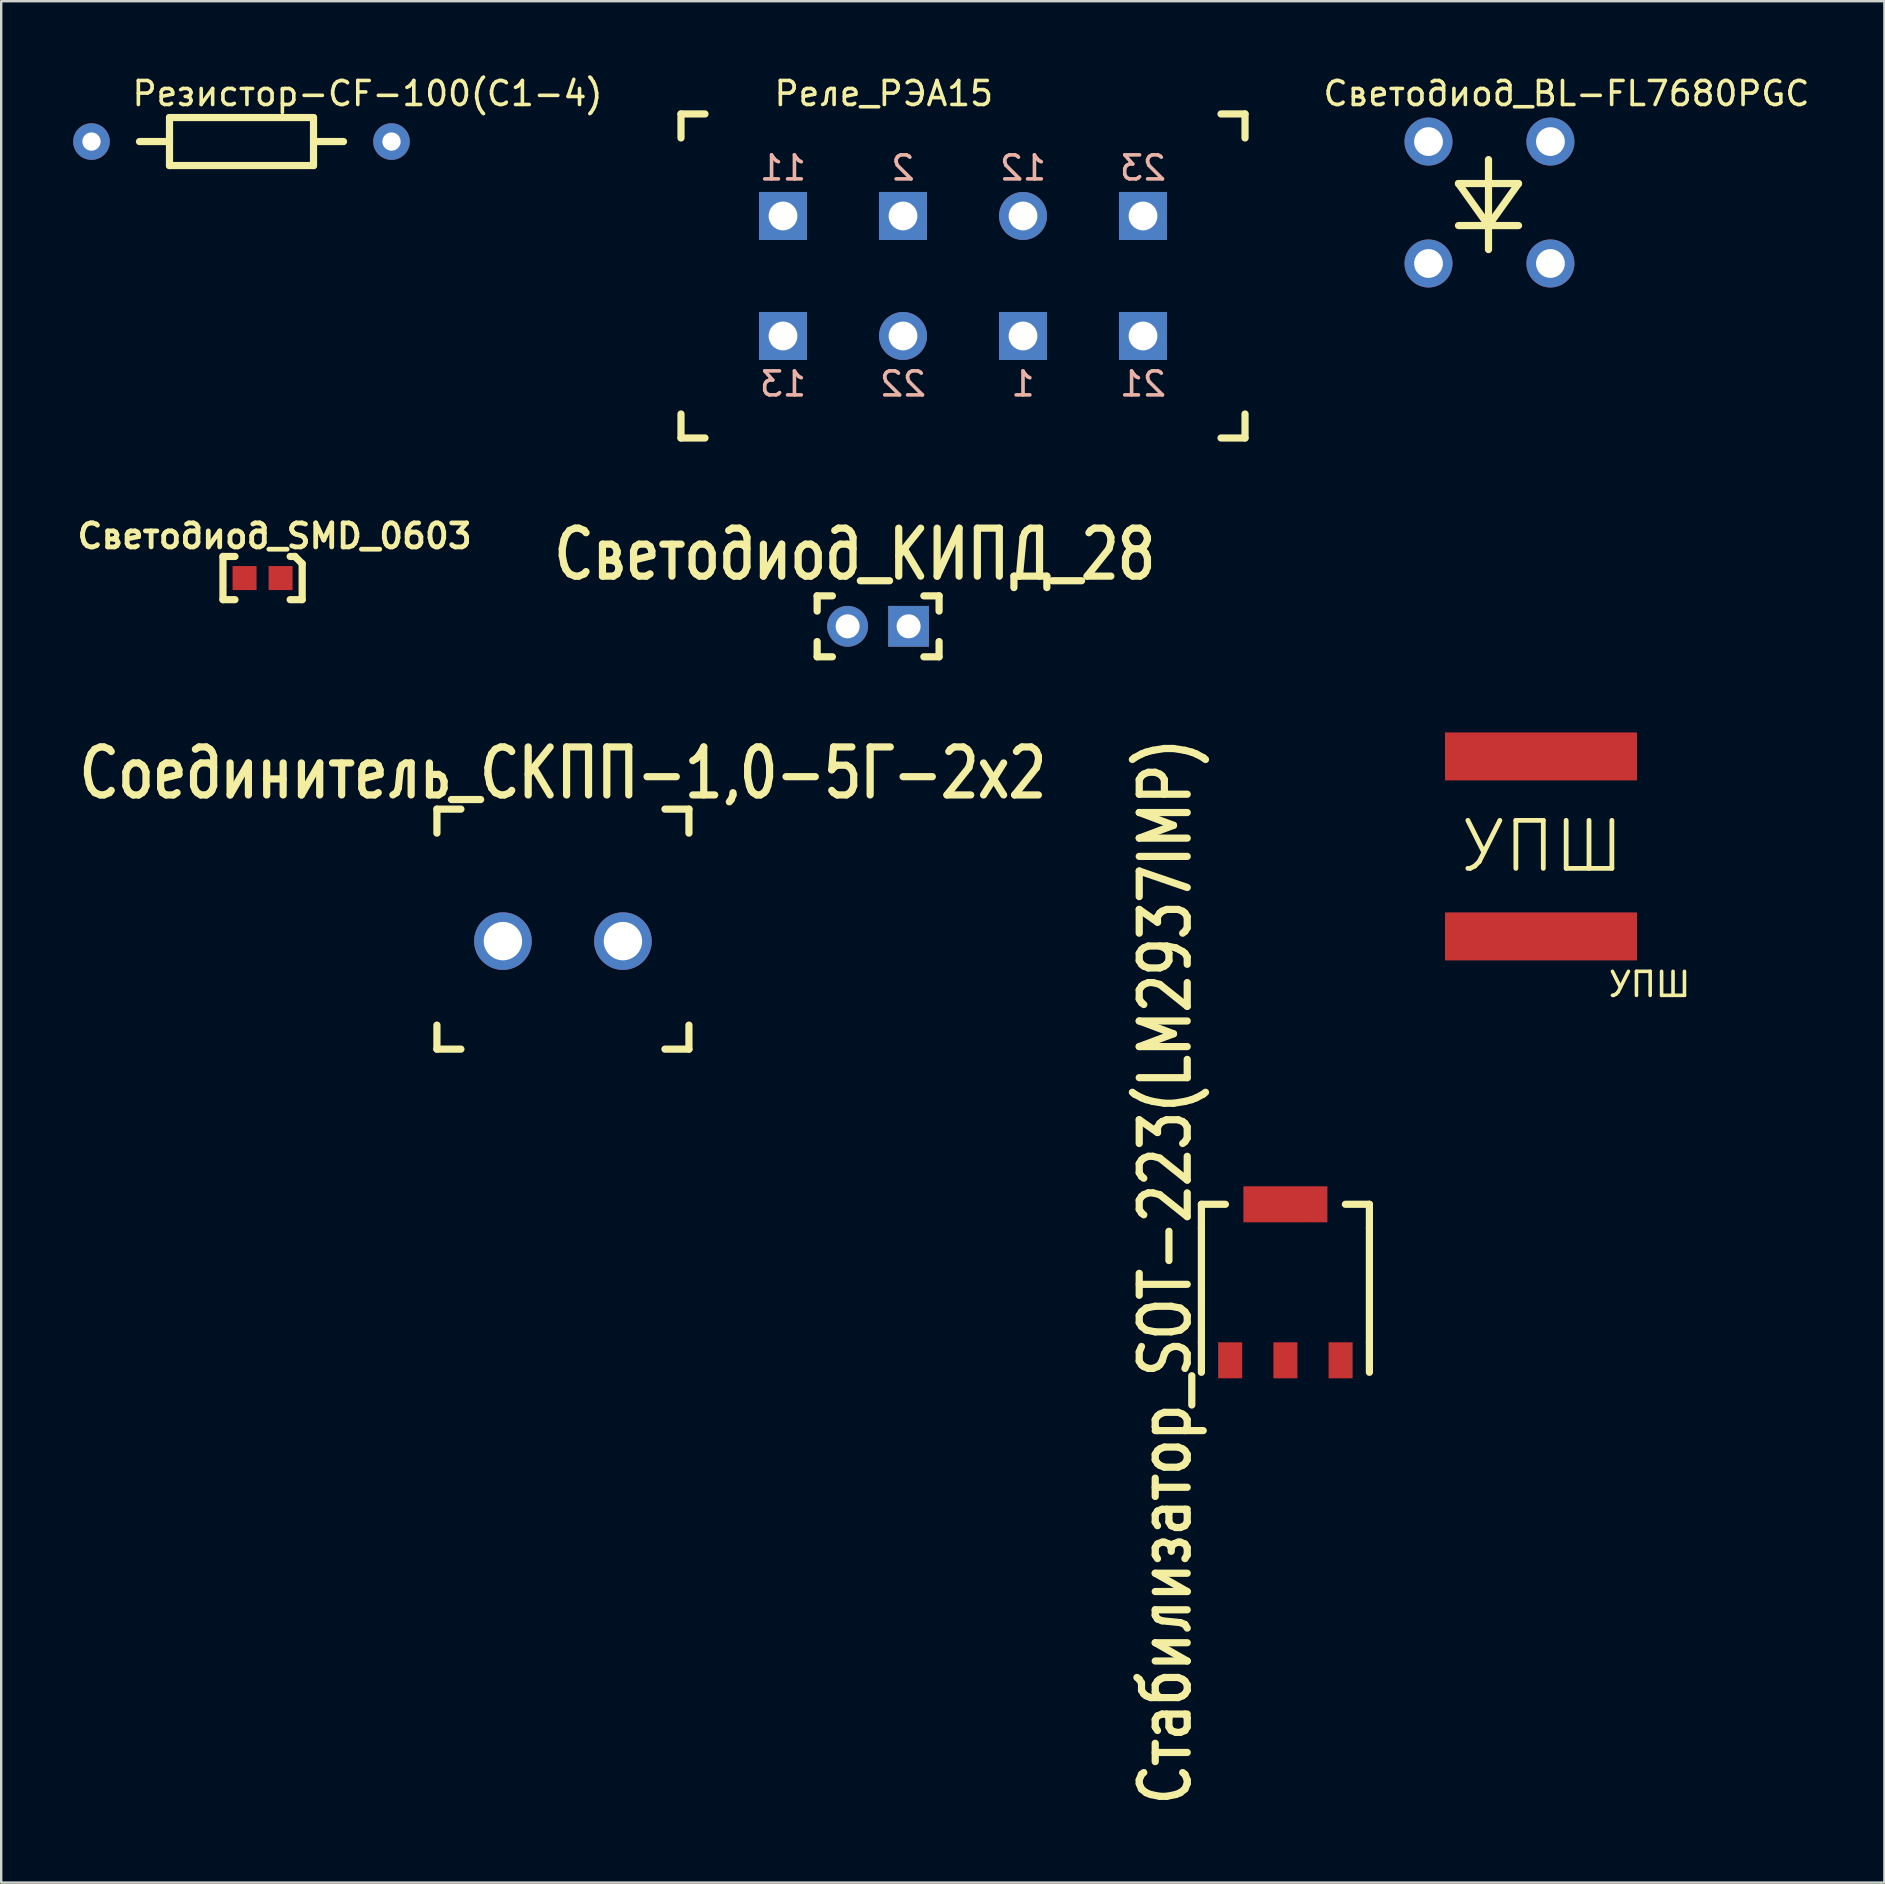
<source format=kicad_pcb>
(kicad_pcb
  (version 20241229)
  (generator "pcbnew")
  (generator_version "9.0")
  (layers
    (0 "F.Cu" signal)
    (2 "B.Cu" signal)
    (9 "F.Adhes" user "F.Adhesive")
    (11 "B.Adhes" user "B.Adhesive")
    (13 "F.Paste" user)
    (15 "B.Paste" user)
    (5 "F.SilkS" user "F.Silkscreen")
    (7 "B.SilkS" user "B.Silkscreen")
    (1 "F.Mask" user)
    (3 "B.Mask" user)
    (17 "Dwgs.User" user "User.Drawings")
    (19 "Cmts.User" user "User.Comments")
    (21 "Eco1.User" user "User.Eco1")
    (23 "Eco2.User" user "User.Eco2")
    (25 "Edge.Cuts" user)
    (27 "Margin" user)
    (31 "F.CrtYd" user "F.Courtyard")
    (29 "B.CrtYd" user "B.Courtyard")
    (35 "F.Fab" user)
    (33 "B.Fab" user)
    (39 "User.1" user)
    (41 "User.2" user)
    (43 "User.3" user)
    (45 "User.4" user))
  (footprint "Светодиод_BL-FL7680PGC"
    (layer "F.Cu")
    (at 56.467 2.848)
    (property "Reference" "Светодиод_BL-FL7680PGC" (at 5.75 -2 0) (layer "F.SilkS") (effects (font (size 1 1) (thickness 0.15))))
    (attr through_hole)
    (fp_line (start 1.25 1.75) (end 2.5 3.5) (stroke (width 0.3) (type solid)) (layer "F.SilkS"))
    (fp_line (start 2.5 3.5) (end 3.75 1.75) (stroke (width 0.3) (type solid)) (layer "F.SilkS"))
    (fp_line (start 2.5 4.5) (end 2.5 0.75) (stroke (width 0.3) (type solid)) (layer "F.SilkS"))
    (fp_line (start 3.75 1.75) (end 1.25 1.75) (stroke (width 0.3) (type solid)) (layer "F.SilkS"))
    (fp_line (start 3.75 3.5) (end 1.25 3.5) (stroke (width 0.3) (type solid)) (layer "F.SilkS"))
    (pad "1" thru_hole circle (at 0 0) (size 2 2) (drill 1.2) (layers "*.Cu" "*.Mask"))
    (pad "1" thru_hole circle (at 5.08 0) (size 2 2) (drill 1.2) (layers "*.Cu" "*.Mask"))
    (pad "2" thru_hole circle (at 0 5.08) (size 2 2) (drill 1.2) (layers "*.Cu" "*.Mask"))
    (pad "2" thru_hole circle (at 5.08 5.08) (size 2 2) (drill 1.2) (layers "*.Cu" "*.Mask")))
  (footprint "Реле_РЭА15"
    (layer "F.Cu")
    (at 29.573 5.948)
    (property "Reference" "Реле_РЭА15" (at 4.2 -5.1 0) (layer "F.SilkS") (effects (font (size 1 1) (thickness 0.15))))
    (attr through_hole)
    (fp_line (start -4.25 -4.25) (end -4.25 -3.25) (stroke (width 0.3) (type solid)) (layer "F.SilkS"))
    (fp_line (start -4.25 -4.25) (end -3.25 -4.25) (stroke (width 0.3) (type solid)) (layer "F.SilkS"))
    (fp_line (start -4.25 9.25) (end -4.25 8.25) (stroke (width 0.3) (type solid)) (layer "F.SilkS"))
    (fp_line (start -4.25 9.25) (end -3.25 9.25) (stroke (width 0.3) (type solid)) (layer "F.SilkS"))
    (fp_line (start 19.25 -4.25) (end 18.25 -4.25) (stroke (width 0.3) (type solid)) (layer "F.SilkS"))
    (fp_line (start 19.25 -4.25) (end 19.25 -3.25) (stroke (width 0.3) (type solid)) (layer "F.SilkS"))
    (fp_line (start 19.25 9.25) (end 18.25 9.25) (stroke (width 0.3) (type solid)) (layer "F.SilkS"))
    (fp_line (start 19.25 9.25) (end 19.25 8.25) (stroke (width 0.3) (type solid)) (layer "F.SilkS"))
    (fp_text user "1" (at 10 7 0) (layer "B.SilkS") (effects (font (size 1 1) (thickness 0.15)) (justify mirror)))
    (fp_text user "13" (at 0 7 0) (layer "B.SilkS") (effects (font (size 1 1) (thickness 0.15)) (justify mirror)))
    (fp_text user "2" (at 5 -2 0) (layer "B.SilkS") (effects (font (size 1 1) (thickness 0.15)) (justify mirror)))
    (fp_text user "21" (at 15 7 0) (layer "B.SilkS") (effects (font (size 1 1) (thickness 0.15)) (justify mirror)))
    (fp_text user "12" (at 10 -2 0) (layer "B.SilkS") (effects (font (size 1 1) (thickness 0.15)) (justify mirror)))
    (fp_text user "23" (at 15 -2 0) (layer "B.SilkS") (effects (font (size 1 1) (thickness 0.15)) (justify mirror)))
    (fp_text user "22" (at 5 7 0) (layer "B.SilkS") (effects (font (size 1 1) (thickness 0.15)) (justify mirror)))
    (fp_text user "11" (at 0 -2 0) (layer "B.SilkS") (effects (font (size 1 1) (thickness 0.15)) (justify mirror)))
    (pad "1" thru_hole rect (at 10 5) (size 2 2) (drill 1.2) (layers "*.Cu" "*.Mask"))
    (pad "2" thru_hole rect (at 5 0) (size 2 2) (drill 1.2) (layers "*.Cu" "*.Mask"))
    (pad "11" thru_hole rect (at 0 0) (size 2 2) (drill 1.2) (layers "*.Cu" "*.Mask"))
    (pad "12" thru_hole circle (at 10 0) (size 2 2) (drill 1.2) (layers "*.Cu" "*.Mask"))
    (pad "13" thru_hole rect (at 0 5) (size 2 2) (drill 1.2) (layers "*.Cu" "*.Mask"))
    (pad "21" thru_hole rect (at 15 5) (size 2 2) (drill 1.2) (layers "*.Cu" "*.Mask"))
    (pad "22" thru_hole circle (at 5 5) (size 2 2) (drill 1.2) (layers "*.Cu" "*.Mask"))
    (pad "23" thru_hole rect (at 15 0) (size 2 2) (drill 1.2) (layers "*.Cu" "*.Mask")))
  (footprint "Светодиод_КИПД_28"
    (layer "F.Cu")
    (at 32.266 23.045)
    (property "Reference" "Светодиод_КИПД_28" (at 0.3 -3 0) (layer "F.SilkS") (effects (font (size 2 1.6) (thickness 0.3))))
    (attr through_hole)
    (fp_line (start -1.27 -1.27) (end -0.635 -1.27) (stroke (width 0.3) (type solid)) (layer "F.SilkS"))
    (fp_line (start -1.27 -0.635) (end -1.27 -1.27) (stroke (width 0.3) (type solid)) (layer "F.SilkS"))
    (fp_line (start -1.27 0.635) (end -1.27 1.27) (stroke (width 0.3) (type solid)) (layer "F.SilkS"))
    (fp_line (start -1.27 1.27) (end -0.635 1.27) (stroke (width 0.3) (type solid)) (layer "F.SilkS"))
    (fp_line (start 3.175 -1.27) (end 3.81 -1.27) (stroke (width 0.3) (type solid)) (layer "F.SilkS"))
    (fp_line (start 3.175 1.27) (end 3.81 1.27) (stroke (width 0.3) (type solid)) (layer "F.SilkS"))
    (fp_line (start 3.81 -1.27) (end 3.81 -0.635) (stroke (width 0.3) (type solid)) (layer "F.SilkS"))
    (fp_line (start 3.81 1.27) (end 3.81 0.635) (stroke (width 0.3) (type solid)) (layer "F.SilkS"))
    (pad "1" thru_hole circle (at 0 0) (size 1.7 1.7) (drill 1) (layers "*.Cu" "*.Mask"))
    (pad "2" thru_hole rect (at 2.54 0) (size 1.7 1.7) (drill 1) (layers "*.Cu" "*.Mask")))
  (footprint "Соединитель_СКПП-1,0-5Г-2х2"
    (layer "F.Cu")
    (at 17.904 36.161)
    (property "Reference" "Соединитель_СКПП-1,0-5Г-2х2" (at 2.5 -7 180) (layer "F.SilkS") (effects (font (size 2 1.6) (thickness 0.3))))
    (attr through_hole)
    (fp_line (start -2.75 -5.5) (end -2.75 -4.5) (stroke (width 0.3) (type solid)) (layer "F.SilkS"))
    (fp_line (start -2.75 3.5) (end -2.75 4.5) (stroke (width 0.3) (type solid)) (layer "F.SilkS"))
    (fp_line (start -2.75 4.5) (end -1.75 4.5) (stroke (width 0.3) (type solid)) (layer "F.SilkS"))
    (fp_line (start -1.75 -5.5) (end -2.75 -5.5) (stroke (width 0.3) (type solid)) (layer "F.SilkS"))
    (fp_line (start 6.75 -5.5) (end 7.75 -5.5) (stroke (width 0.3) (type solid)) (layer "F.SilkS"))
    (fp_line (start 6.75 4.5) (end 7.75 4.5) (stroke (width 0.3) (type solid)) (layer "F.SilkS"))
    (fp_line (start 7.75 -5.5) (end 7.75 -4.5) (stroke (width 0.3) (type solid)) (layer "F.SilkS"))
    (fp_line (start 7.75 4.5) (end 7.75 3.5) (stroke (width 0.3) (type solid)) (layer "F.SilkS"))
    (pad "1" thru_hole circle (at 0 0) (size 2.4 2.4) (drill 1.6) (layers "*.Cu" "*.Paste" "*.Mask"))
    (pad "2" thru_hole circle (at 5 0) (size 2.4 2.4) (drill 1.6) (layers "*.Cu" "*.Paste" "*.Mask")))
  (footprint "УПШ"
    (layer "F.Cu")
    (at 61.265 28.575)
    (property "Reference" "УПШ" (at 4.39 9.39 0) (layer "F.SilkS") (effects (font (size 1 1) (thickness 0.15))))
    (attr through_hole)
    (fp_text user "УПШ" (at -0.11 3.64 0) (layer "F.SilkS") (effects (font (size 2 2) (thickness 0.2))))
    (pad "1" smd rect (at -0.11 -0.11) (size 8 2) (layers "F.Cu" "F.Mask" "F.Paste"))
    (pad "2" smd rect (at -0.11 7.39) (size 8 2) (layers "F.Cu" "F.Mask" "F.Paste")))
  (footprint "Светодиод_SMD_0603"
    (layer "F.Cu")
    (at 7.14 21.034)
    (property "Reference" "Светодиод_SMD_0603" (at 1.25 -1.75 0) (layer "F.SilkS") (effects (font (size 1 1) (thickness 0.2))))
    (attr through_hole)
    (fp_line (start -0.9 -0.9) (end -0.9 0.9) (stroke (width 0.3) (type solid)) (layer "F.SilkS"))
    (fp_line (start -0.9 -0.9) (end -0.4 -0.9) (stroke (width 0.3) (type solid)) (layer "F.SilkS"))
    (fp_line (start -0.9 0.9) (end -0.4 0.9) (stroke (width 0.3) (type solid)) (layer "F.SilkS"))
    (fp_line (start 1.9 -0.9) (end 2.1 -0.9) (stroke (width 0.3) (type solid)) (layer "F.SilkS"))
    (fp_line (start 2.1 -0.9) (end 2.4 -0.6) (stroke (width 0.3) (type solid)) (layer "F.SilkS"))
    (fp_line (start 2.4 0.9) (end 1.9 0.9) (stroke (width 0.3) (type solid)) (layer "F.SilkS"))
    (fp_line (start 2.4 0.9) (end 2.4 -0.6) (stroke (width 0.3) (type solid)) (layer "F.SilkS"))
    (pad "1" smd rect (at 0 0) (size 1 1) (layers "F.Cu" "F.Mask" "F.Paste"))
    (pad "2" smd rect (at 1.5 0) (size 1 1) (layers "F.Cu" "F.Mask" "F.Paste")))
  (footprint "Резистор-CF-100(C1-4)"
    (layer "F.Cu")
    (at 0.762 2.848)
    (property "Reference" "Резистор-CF-100(C1-4)" (at 11.5 -2 0) (layer "F.SilkS") (effects (font (size 1 1) (thickness 0.15))))
    (attr through_hole)
    (fp_line (start 3.25 -1) (end 9.25 -1) (stroke (width 0.3) (type solid)) (layer "F.SilkS"))
    (fp_line (start 3.25 0) (end 2 0) (stroke (width 0.3) (type solid)) (layer "F.SilkS"))
    (fp_line (start 3.25 1) (end 3.25 -1) (stroke (width 0.3) (type solid)) (layer "F.SilkS"))
    (fp_line (start 9.25 -1) (end 9.25 1) (stroke (width 0.3) (type solid)) (layer "F.SilkS"))
    (fp_line (start 9.25 0) (end 10.5 0) (stroke (width 0.3) (type solid)) (layer "F.SilkS"))
    (fp_line (start 9.25 1) (end 3.25 1) (stroke (width 0.3) (type solid)) (layer "F.SilkS"))
    (pad "1" thru_hole circle (at 0 0) (size 1.524 1.524) (drill 0.762) (layers "*.Cu" "*.Mask"))
    (pad "2" thru_hole circle (at 12.5 0) (size 1.524 1.524) (drill 0.762) (layers "*.Cu" "*.Mask")))
  (footprint "Стабилизатор_SOT-223(LM2937IMP)"
    (layer "F.Cu")
    (at 50.505 47.126)
    (property "Reference" "Стабилизатор_SOT-223(LM2937IMP)" (at -5 2.8 90) (layer "F.SilkS") (effects (font (size 2 1.6) (thickness 0.3))))
    (attr through_hole)
    (fp_line (start -3.5 0) (end -3.5 1) (stroke (width 0.3) (type solid)) (layer "F.SilkS"))
    (fp_line (start -3.5 1) (end -3.5 5.75) (stroke (width 0.3) (type solid)) (layer "F.SilkS"))
    (fp_line (start -3.5 5.75) (end -3.5 7) (stroke (width 0.3) (type solid)) (layer "F.SilkS"))
    (fp_line (start -2.5 0) (end -3.5 0) (stroke (width 0.3) (type solid)) (layer "F.SilkS"))
    (fp_line (start 2.5 0) (end 3.5 0) (stroke (width 0.3) (type solid)) (layer "F.SilkS"))
    (fp_line (start 3.5 0) (end 3.5 1) (stroke (width 0.3) (type solid)) (layer "F.SilkS"))
    (fp_line (start 3.5 5.75) (end 3.5 1) (stroke (width 0.3) (type solid)) (layer "F.SilkS"))
    (fp_line (start 3.5 5.75) (end 3.5 7) (stroke (width 0.3) (type solid)) (layer "F.SilkS"))
    (pad "1" smd rect (at -2.3 6.5) (size 1 1.5) (layers "F.Cu" "F.Mask" "F.Paste"))
    (pad "2" smd rect (at 0 6.5) (size 1 1.5) (layers "F.Cu" "F.Mask" "F.Paste"))
    (pad "3" smd rect (at 2.3 6.5) (size 1 1.5) (layers "F.Cu" "F.Mask" "F.Paste"))
    (pad "4" smd rect (at 0 0) (size 3.5 1.5) (layers "F.Cu" "F.Mask" "F.Paste")))
  (gr_rect
    (start -3 -3)
    (end 75.461 75.388)
    (stroke (width 0.1) (type default))
    (fill no)
    (layer "Edge.Cuts")))
</source>
